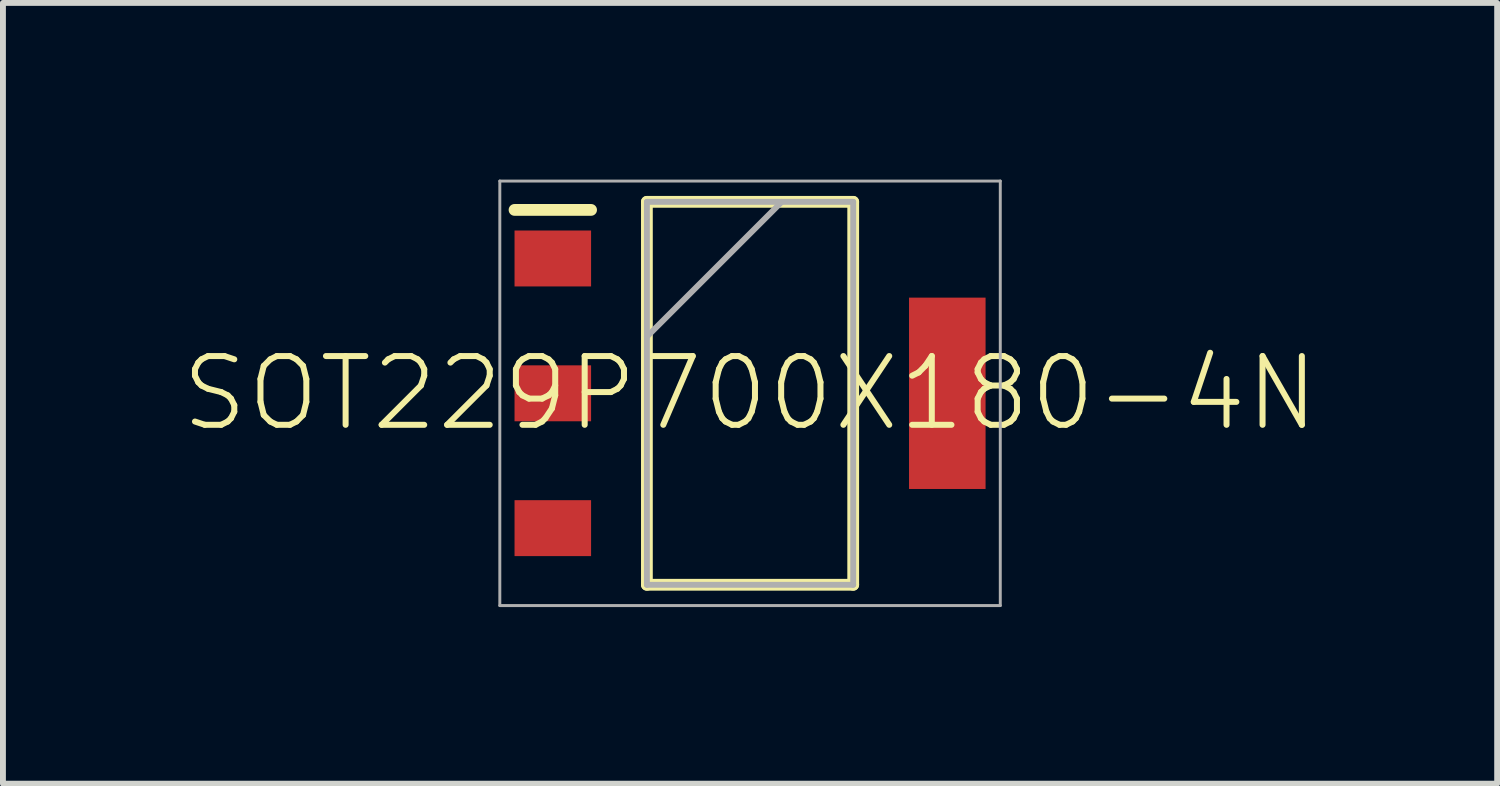
<source format=kicad_pcb>
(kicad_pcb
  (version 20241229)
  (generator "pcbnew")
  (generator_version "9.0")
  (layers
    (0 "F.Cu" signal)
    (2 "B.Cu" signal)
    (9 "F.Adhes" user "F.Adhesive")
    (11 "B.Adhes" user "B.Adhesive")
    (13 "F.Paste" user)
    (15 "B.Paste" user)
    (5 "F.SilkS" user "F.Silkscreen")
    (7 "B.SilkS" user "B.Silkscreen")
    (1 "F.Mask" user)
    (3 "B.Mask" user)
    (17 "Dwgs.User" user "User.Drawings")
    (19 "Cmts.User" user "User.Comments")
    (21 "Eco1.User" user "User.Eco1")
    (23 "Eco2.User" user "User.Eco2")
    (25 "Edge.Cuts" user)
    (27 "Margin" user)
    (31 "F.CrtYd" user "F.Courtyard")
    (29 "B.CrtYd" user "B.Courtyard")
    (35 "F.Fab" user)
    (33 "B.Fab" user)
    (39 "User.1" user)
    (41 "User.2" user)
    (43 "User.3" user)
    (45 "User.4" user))
  (footprint "SOT229P700X180-4N"
    (layer "F.Cu")
    (at 9.689 3.63)
    (property "Reference" "SOT229P700X180-4N" (at 0 0 0) (layer "F.SilkS") (effects (font (size 1.168 1.168) (thickness 0.102))))
    (fp_line (start -4 -3.115) (end -2.7 -3.115) (stroke (width 0.2) (type solid)) (layer "F.SilkS"))
    (fp_line (start -1.752 -3.252) (end 1.752 -3.252) (stroke (width 0.2) (type solid)) (layer "F.SilkS"))
    (fp_line (start -1.752 3.252) (end -1.752 -3.252) (stroke (width 0.2) (type solid)) (layer "F.SilkS"))
    (fp_line (start 1.752 -3.252) (end 1.752 3.252) (stroke (width 0.2) (type solid)) (layer "F.SilkS"))
    (fp_line (start 1.752 3.252) (end -1.752 3.252) (stroke (width 0.2) (type solid)) (layer "F.SilkS"))
    (fp_line (start -4.25 -3.605) (end 4.25 -3.605) (stroke (width 0.05) (type solid)) (layer "F.Fab"))
    (fp_line (start -4.25 3.605) (end -4.25 -3.605) (stroke (width 0.05) (type solid)) (layer "F.Fab"))
    (fp_line (start -1.752 -3.252) (end 1.752 -3.252) (stroke (width 0.1) (type solid)) (layer "F.Fab"))
    (fp_line (start -1.752 -0.962) (end 0.538 -3.252) (stroke (width 0.1) (type solid)) (layer "F.Fab"))
    (fp_line (start -1.752 3.252) (end -1.752 -3.252) (stroke (width 0.1) (type solid)) (layer "F.Fab"))
    (fp_line (start 1.752 -3.252) (end 1.752 3.252) (stroke (width 0.1) (type solid)) (layer "F.Fab"))
    (fp_line (start 1.752 3.252) (end -1.752 3.252) (stroke (width 0.1) (type solid)) (layer "F.Fab"))
    (fp_line (start 4.25 -3.605) (end 4.25 3.605) (stroke (width 0.05) (type solid)) (layer "F.Fab"))
    (fp_line (start 4.25 3.605) (end -4.25 3.605) (stroke (width 0.05) (type solid)) (layer "F.Fab"))
    (pad "1" smd rect (at -3.35 -2.29) (size 1.3 0.95) (layers "F.Cu" "F.Mask" "F.Paste"))
    (pad "2" smd rect (at -3.35 0) (size 1.3 0.95) (layers "F.Cu" "F.Mask" "F.Paste"))
    (pad "3" smd rect (at -3.35 2.29) (size 1.3 0.95) (layers "F.Cu" "F.Mask" "F.Paste"))
    (pad "4" smd rect (at 3.35 0 90) (size 3.25 1.3) (layers "F.Cu" "F.Mask" "F.Paste")))
  (gr_rect
    (start -3 -3)
    (end 22.378 10.26)
    (stroke (width 0.1) (type default))
    (fill no)
    (layer "Edge.Cuts")))
</source>
